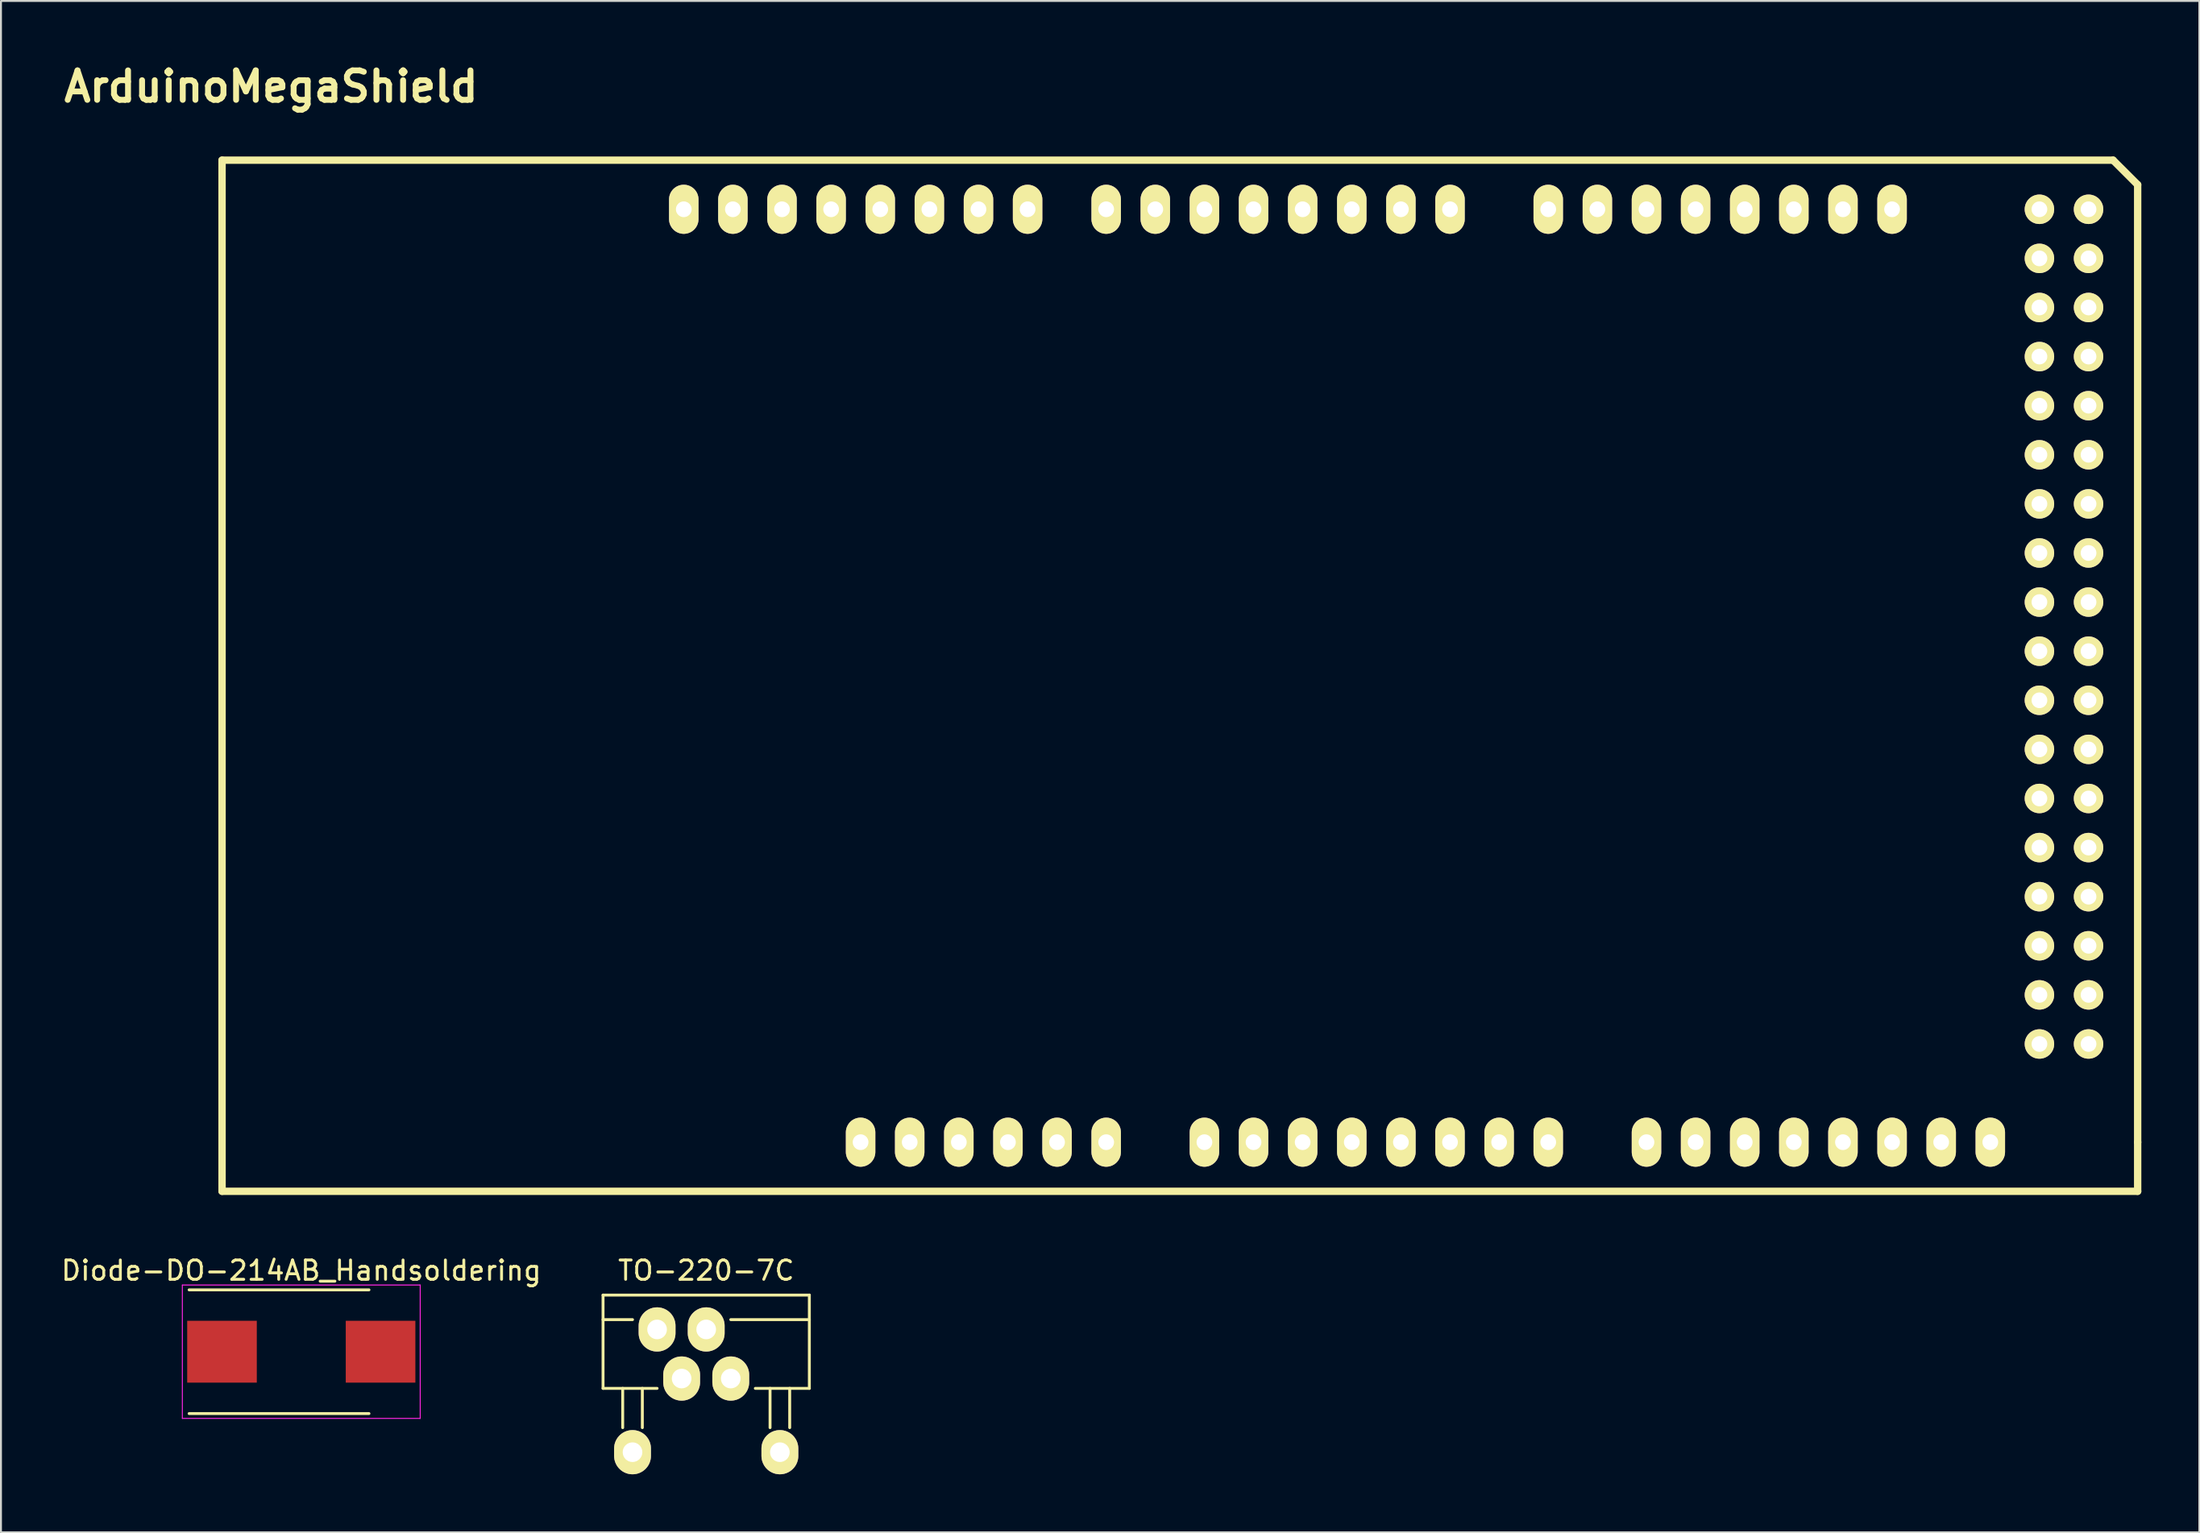
<source format=kicad_pcb>
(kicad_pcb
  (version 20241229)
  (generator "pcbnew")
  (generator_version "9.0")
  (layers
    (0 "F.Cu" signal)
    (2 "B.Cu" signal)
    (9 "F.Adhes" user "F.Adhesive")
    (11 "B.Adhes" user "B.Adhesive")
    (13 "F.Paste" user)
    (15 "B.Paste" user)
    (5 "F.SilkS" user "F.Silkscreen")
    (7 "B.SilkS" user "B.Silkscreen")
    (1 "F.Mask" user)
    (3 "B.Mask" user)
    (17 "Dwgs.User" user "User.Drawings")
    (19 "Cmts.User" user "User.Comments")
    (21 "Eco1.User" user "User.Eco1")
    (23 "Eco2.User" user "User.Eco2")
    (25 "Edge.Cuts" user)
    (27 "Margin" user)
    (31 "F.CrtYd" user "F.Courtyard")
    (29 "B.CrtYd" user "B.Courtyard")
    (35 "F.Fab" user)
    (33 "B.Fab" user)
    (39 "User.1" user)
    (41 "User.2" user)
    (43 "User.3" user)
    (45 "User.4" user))
  (footprint "TO-220-7C"
    (layer "F.Cu")
    (at 33.469 66.993)
    (property "Reference" "TO-220-7C" (at 0 -4.318 0) (layer "F.SilkS") (effects (font (size 1 1) (thickness 0.15))))
    (attr through_hole)
    (fp_line (start -5.334 -3.048) (end -5.334 1.778) (stroke (width 0.15) (type solid)) (layer "F.SilkS"))
    (fp_line (start -5.334 -1.778) (end -3.81 -1.778) (stroke (width 0.15) (type solid)) (layer "F.SilkS"))
    (fp_line (start -5.334 1.778) (end -2.54 1.778) (stroke (width 0.15) (type solid)) (layer "F.SilkS"))
    (fp_line (start -4.318 3.81) (end -4.318 1.778) (stroke (width 0.15) (type solid)) (layer "F.SilkS"))
    (fp_line (start -3.302 3.81) (end -3.302 1.778) (stroke (width 0.15) (type solid)) (layer "F.SilkS"))
    (fp_line (start 3.302 3.81) (end 3.302 1.778) (stroke (width 0.15) (type solid)) (layer "F.SilkS"))
    (fp_line (start 4.318 3.81) (end 4.318 1.778) (stroke (width 0.15) (type solid)) (layer "F.SilkS"))
    (fp_line (start 5.334 -3.048) (end -5.334 -3.048) (stroke (width 0.15) (type solid)) (layer "F.SilkS"))
    (fp_line (start 5.334 -3.048) (end 5.334 1.778) (stroke (width 0.15) (type solid)) (layer "F.SilkS"))
    (fp_line (start 5.334 -1.778) (end 1.27 -1.778) (stroke (width 0.15) (type solid)) (layer "F.SilkS"))
    (fp_line (start 5.334 1.778) (end 2.54 1.778) (stroke (width 0.15) (type solid)) (layer "F.SilkS"))
    (pad "1" thru_hole oval (at -3.81 5.08) (size 1.905 2.286) (drill 1.016) (layers "*.Cu" "*.Mask" "F.SilkS"))
    (pad "2" thru_hole oval (at -2.54 -1.27) (size 1.905 2.286) (drill 1.016) (layers "*.Cu" "*.Mask" "F.SilkS"))
    (pad "3" thru_hole oval (at -1.27 1.27) (size 1.905 2.286) (drill 1.016) (layers "*.Cu" "*.Mask" "F.SilkS"))
    (pad "4" thru_hole oval (at 0 -1.27) (size 1.905 2.286) (drill 1.016) (layers "*.Cu" "*.Mask" "F.SilkS"))
    (pad "6" thru_hole oval (at 1.27 1.27) (size 1.905 2.286) (drill 1.016) (layers "*.Cu" "*.Mask" "F.SilkS"))
    (pad "7" thru_hole oval (at 3.81 5.08) (size 1.905 2.286) (drill 1.016) (layers "*.Cu" "*.Mask" "F.SilkS")))
  (footprint "ArduinoMegaShield"
    (layer "F.Cu")
    (at 8.433 58.576)
    (property "Reference" "ArduinoMegaShield" (at 2.54 -57.15 0) (layer "F.SilkS") (effects (font (size 1.524 1.524) (thickness 0.305))))
    (attr through_hole)
    (fp_line (start 0 0) (end 0 -53.34) (stroke (width 0.381) (type solid)) (layer "F.SilkS"))
    (fp_line (start 97.79 -53.34) (end 0 -53.34) (stroke (width 0.381) (type solid)) (layer "F.SilkS"))
    (fp_line (start 99.06 -52.07) (end 97.79 -53.34) (stroke (width 0.381) (type solid)) (layer "F.SilkS"))
    (fp_line (start 99.06 -2.54) (end 99.06 -52.07) (stroke (width 0.381) (type solid)) (layer "F.SilkS"))
    (fp_line (start 99.06 -2.54) (end 99.06 0) (stroke (width 0.381) (type solid)) (layer "F.SilkS"))
    (fp_line (start 99.06 0) (end 0 0) (stroke (width 0.381) (type solid)) (layer "F.SilkS"))
    (pad "0" thru_hole oval (at 63.5 -50.8 90) (size 2.54 1.524) (drill 0.813) (layers "*.Cu" "*.Mask" "F.SilkS"))
    (pad "1" thru_hole oval (at 60.96 -50.8 90) (size 2.54 1.524) (drill 0.813) (layers "*.Cu" "*.Mask" "F.SilkS"))
    (pad "2" thru_hole oval (at 58.42 -50.8 90) (size 2.54 1.524) (drill 0.813) (layers "*.Cu" "*.Mask" "F.SilkS"))
    (pad "3" thru_hole oval (at 55.88 -50.8 90) (size 2.54 1.524) (drill 0.813) (layers "*.Cu" "*.Mask" "F.SilkS"))
    (pad "3V3" thru_hole oval (at 35.56 -2.54 90) (size 2.54 1.524) (drill 0.813) (layers "*.Cu" "*.Mask" "F.SilkS"))
    (pad "4" thru_hole oval (at 53.34 -50.8 90) (size 2.54 1.524) (drill 0.813) (layers "*.Cu" "*.Mask" "F.SilkS"))
    (pad "5" thru_hole oval (at 50.8 -50.8 90) (size 2.54 1.524) (drill 0.813) (layers "*.Cu" "*.Mask" "F.SilkS"))
    (pad "5V" thru_hole oval (at 38.1 -2.54 90) (size 2.54 1.524) (drill 0.813) (layers "*.Cu" "*.Mask" "F.SilkS"))
    (pad "5V_4" thru_hole circle (at 93.98 -50.8) (size 1.524 1.524) (drill 0.813) (layers "*.Cu" "*.Mask" "F.SilkS"))
    (pad "5V_5" thru_hole circle (at 96.52 -50.8) (size 1.524 1.524) (drill 0.813) (layers "*.Cu" "*.Mask" "F.SilkS"))
    (pad "6" thru_hole oval (at 48.26 -50.8 90) (size 2.54 1.524) (drill 0.813) (layers "*.Cu" "*.Mask" "F.SilkS"))
    (pad "7" thru_hole oval (at 45.72 -50.8 90) (size 2.54 1.524) (drill 0.813) (layers "*.Cu" "*.Mask" "F.SilkS"))
    (pad "8" thru_hole oval (at 41.656 -50.8 90) (size 2.54 1.524) (drill 0.813) (layers "*.Cu" "*.Mask" "F.SilkS"))
    (pad "9" thru_hole oval (at 39.116 -50.8 90) (size 2.54 1.524) (drill 0.813) (layers "*.Cu" "*.Mask" "F.SilkS"))
    (pad "10" thru_hole oval (at 36.576 -50.8 90) (size 2.54 1.524) (drill 0.813) (layers "*.Cu" "*.Mask" "F.SilkS"))
    (pad "11" thru_hole oval (at 34.036 -50.8 90) (size 2.54 1.524) (drill 0.813) (layers "*.Cu" "*.Mask" "F.SilkS"))
    (pad "12" thru_hole oval (at 31.496 -50.8 90) (size 2.54 1.524) (drill 0.813) (layers "*.Cu" "*.Mask" "F.SilkS"))
    (pad "13" thru_hole oval (at 28.956 -50.8 90) (size 2.54 1.524) (drill 0.813) (layers "*.Cu" "*.Mask" "F.SilkS"))
    (pad "14" thru_hole oval (at 68.58 -50.8 90) (size 2.54 1.524) (drill 0.813) (layers "*.Cu" "*.Mask" "F.SilkS"))
    (pad "15" thru_hole oval (at 71.12 -50.8 90) (size 2.54 1.524) (drill 0.813) (layers "*.Cu" "*.Mask" "F.SilkS"))
    (pad "16" thru_hole oval (at 73.66 -50.8 90) (size 2.54 1.524) (drill 0.813) (layers "*.Cu" "*.Mask" "F.SilkS"))
    (pad "17" thru_hole oval (at 76.2 -50.8 90) (size 2.54 1.524) (drill 0.813) (layers "*.Cu" "*.Mask" "F.SilkS"))
    (pad "18" thru_hole oval (at 78.74 -50.8 90) (size 2.54 1.524) (drill 0.813) (layers "*.Cu" "*.Mask" "F.SilkS"))
    (pad "19" thru_hole oval (at 81.28 -50.8 90) (size 2.54 1.524) (drill 0.813) (layers "*.Cu" "*.Mask" "F.SilkS"))
    (pad "20" thru_hole oval (at 83.82 -50.8 90) (size 2.54 1.524) (drill 0.813) (layers "*.Cu" "*.Mask" "F.SilkS"))
    (pad "21" thru_hole oval (at 86.36 -50.8 90) (size 2.54 1.524) (drill 0.813) (layers "*.Cu" "*.Mask" "F.SilkS"))
    (pad "22" thru_hole circle (at 93.98 -48.26) (size 1.524 1.524) (drill 0.813) (layers "*.Cu" "*.Mask" "F.SilkS"))
    (pad "23" thru_hole circle (at 96.52 -48.26) (size 1.524 1.524) (drill 0.813) (layers "*.Cu" "*.Mask" "F.SilkS"))
    (pad "24" thru_hole circle (at 93.98 -45.72) (size 1.524 1.524) (drill 0.813) (layers "*.Cu" "*.Mask" "F.SilkS"))
    (pad "25" thru_hole circle (at 96.52 -45.72) (size 1.524 1.524) (drill 0.813) (layers "*.Cu" "*.Mask" "F.SilkS"))
    (pad "26" thru_hole circle (at 93.98 -43.18) (size 1.524 1.524) (drill 0.813) (layers "*.Cu" "*.Mask" "F.SilkS"))
    (pad "27" thru_hole circle (at 96.52 -43.18) (size 1.524 1.524) (drill 0.813) (layers "*.Cu" "*.Mask" "F.SilkS"))
    (pad "28" thru_hole circle (at 93.98 -40.64) (size 1.524 1.524) (drill 0.813) (layers "*.Cu" "*.Mask" "F.SilkS"))
    (pad "29" thru_hole circle (at 96.52 -40.64) (size 1.524 1.524) (drill 0.813) (layers "*.Cu" "*.Mask" "F.SilkS"))
    (pad "30" thru_hole circle (at 93.98 -38.1) (size 1.524 1.524) (drill 0.813) (layers "*.Cu" "*.Mask" "F.SilkS"))
    (pad "31" thru_hole circle (at 96.52 -38.1) (size 1.524 1.524) (drill 0.813) (layers "*.Cu" "*.Mask" "F.SilkS"))
    (pad "32" thru_hole circle (at 93.98 -35.56) (size 1.524 1.524) (drill 0.813) (layers "*.Cu" "*.Mask" "F.SilkS"))
    (pad "33" thru_hole circle (at 96.52 -35.56) (size 1.524 1.524) (drill 0.813) (layers "*.Cu" "*.Mask" "F.SilkS"))
    (pad "34" thru_hole circle (at 93.98 -33.02) (size 1.524 1.524) (drill 0.813) (layers "*.Cu" "*.Mask" "F.SilkS"))
    (pad "35" thru_hole circle (at 96.52 -33.02) (size 1.524 1.524) (drill 0.813) (layers "*.Cu" "*.Mask" "F.SilkS"))
    (pad "36" thru_hole circle (at 93.98 -30.48) (size 1.524 1.524) (drill 0.813) (layers "*.Cu" "*.Mask" "F.SilkS"))
    (pad "37" thru_hole circle (at 96.52 -30.48) (size 1.524 1.524) (drill 0.813) (layers "*.Cu" "*.Mask" "F.SilkS"))
    (pad "38" thru_hole circle (at 93.98 -27.94) (size 1.524 1.524) (drill 0.813) (layers "*.Cu" "*.Mask" "F.SilkS"))
    (pad "39" thru_hole circle (at 96.52 -27.94) (size 1.524 1.524) (drill 0.813) (layers "*.Cu" "*.Mask" "F.SilkS"))
    (pad "40" thru_hole circle (at 93.98 -25.4) (size 1.524 1.524) (drill 0.813) (layers "*.Cu" "*.Mask" "F.SilkS"))
    (pad "41" thru_hole circle (at 96.52 -25.4) (size 1.524 1.524) (drill 0.813) (layers "*.Cu" "*.Mask" "F.SilkS"))
    (pad "42" thru_hole circle (at 93.98 -22.86) (size 1.524 1.524) (drill 0.813) (layers "*.Cu" "*.Mask" "F.SilkS"))
    (pad "43" thru_hole circle (at 96.52 -22.86) (size 1.524 1.524) (drill 0.813) (layers "*.Cu" "*.Mask" "F.SilkS"))
    (pad "44" thru_hole circle (at 93.98 -20.32) (size 1.524 1.524) (drill 0.813) (layers "*.Cu" "*.Mask" "F.SilkS"))
    (pad "45" thru_hole circle (at 96.52 -20.32) (size 1.524 1.524) (drill 0.813) (layers "*.Cu" "*.Mask" "F.SilkS"))
    (pad "46" thru_hole circle (at 93.98 -17.78) (size 1.524 1.524) (drill 0.813) (layers "*.Cu" "*.Mask" "F.SilkS"))
    (pad "47" thru_hole circle (at 96.52 -17.78) (size 1.524 1.524) (drill 0.813) (layers "*.Cu" "*.Mask" "F.SilkS"))
    (pad "48" thru_hole circle (at 93.98 -15.24) (size 1.524 1.524) (drill 0.813) (layers "*.Cu" "*.Mask" "F.SilkS"))
    (pad "49" thru_hole circle (at 96.52 -15.24) (size 1.524 1.524) (drill 0.813) (layers "*.Cu" "*.Mask" "F.SilkS"))
    (pad "50" thru_hole circle (at 93.98 -12.7) (size 1.524 1.524) (drill 0.813) (layers "*.Cu" "*.Mask" "F.SilkS"))
    (pad "51" thru_hole circle (at 96.52 -12.7) (size 1.524 1.524) (drill 0.813) (layers "*.Cu" "*.Mask" "F.SilkS"))
    (pad "52" thru_hole circle (at 93.98 -10.16) (size 1.524 1.524) (drill 0.813) (layers "*.Cu" "*.Mask" "F.SilkS"))
    (pad "53" thru_hole circle (at 96.52 -10.16) (size 1.524 1.524) (drill 0.813) (layers "*.Cu" "*.Mask" "F.SilkS"))
    (pad "AD0" thru_hole oval (at 50.8 -2.54 90) (size 2.54 1.524) (drill 0.813) (layers "*.Cu" "*.Mask" "F.SilkS"))
    (pad "AD1" thru_hole oval (at 53.34 -2.54 90) (size 2.54 1.524) (drill 0.813) (layers "*.Cu" "*.Mask" "F.SilkS"))
    (pad "AD2" thru_hole oval (at 55.88 -2.54 90) (size 2.54 1.524) (drill 0.813) (layers "*.Cu" "*.Mask" "F.SilkS"))
    (pad "AD3" thru_hole oval (at 58.42 -2.54 90) (size 2.54 1.524) (drill 0.813) (layers "*.Cu" "*.Mask" "F.SilkS"))
    (pad "AD4" thru_hole oval (at 60.96 -2.54 90) (size 2.54 1.524) (drill 0.813) (layers "*.Cu" "*.Mask" "F.SilkS"))
    (pad "AD5" thru_hole oval (at 63.5 -2.54 90) (size 2.54 1.524) (drill 0.813) (layers "*.Cu" "*.Mask" "F.SilkS"))
    (pad "AD6" thru_hole oval (at 66.04 -2.54 90) (size 2.54 1.524) (drill 0.813) (layers "*.Cu" "*.Mask" "F.SilkS"))
    (pad "AD7" thru_hole oval (at 68.58 -2.54 90) (size 2.54 1.524) (drill 0.813) (layers "*.Cu" "*.Mask" "F.SilkS"))
    (pad "AD8" thru_hole oval (at 73.66 -2.54 90) (size 2.54 1.524) (drill 0.813) (layers "*.Cu" "*.Mask" "F.SilkS"))
    (pad "AD9" thru_hole oval (at 76.2 -2.54 90) (size 2.54 1.524) (drill 0.813) (layers "*.Cu" "*.Mask" "F.SilkS"))
    (pad "AD10" thru_hole oval (at 78.74 -2.54 90) (size 2.54 1.524) (drill 0.813) (layers "*.Cu" "*.Mask" "F.SilkS"))
    (pad "AD11" thru_hole oval (at 81.28 -2.54 90) (size 2.54 1.524) (drill 0.813) (layers "*.Cu" "*.Mask" "F.SilkS"))
    (pad "AD12" thru_hole oval (at 83.82 -2.54 90) (size 2.54 1.524) (drill 0.813) (layers "*.Cu" "*.Mask" "F.SilkS"))
    (pad "AD13" thru_hole oval (at 86.36 -2.54 90) (size 2.54 1.524) (drill 0.813) (layers "*.Cu" "*.Mask" "F.SilkS"))
    (pad "AD14" thru_hole oval (at 88.9 -2.54 90) (size 2.54 1.524) (drill 0.813) (layers "*.Cu" "*.Mask" "F.SilkS"))
    (pad "AD15" thru_hole oval (at 91.44 -2.54 90) (size 2.54 1.524) (drill 0.813) (layers "*.Cu" "*.Mask" "F.SilkS"))
    (pad "AREF" thru_hole oval (at 23.876 -50.8 90) (size 2.54 1.524) (drill 0.813) (layers "*.Cu" "*.Mask" "F.SilkS"))
    (pad "GND1" thru_hole oval (at 40.64 -2.54 90) (size 2.54 1.524) (drill 0.813) (layers "*.Cu" "*.Mask" "F.SilkS"))
    (pad "GND2" thru_hole oval (at 43.18 -2.54 90) (size 2.54 1.524) (drill 0.813) (layers "*.Cu" "*.Mask" "F.SilkS"))
    (pad "GND3" thru_hole oval (at 26.416 -50.8 90) (size 2.54 1.524) (drill 0.813) (layers "*.Cu" "*.Mask" "F.SilkS"))
    (pad "GND4" thru_hole circle (at 93.98 -7.62) (size 1.524 1.524) (drill 0.813) (layers "*.Cu" "*.Mask" "F.SilkS"))
    (pad "GND5" thru_hole circle (at 96.52 -7.62) (size 1.524 1.524) (drill 0.813) (layers "*.Cu" "*.Mask" "F.SilkS"))
    (pad "RST" thru_hole oval (at 33.02 -2.54 90) (size 2.54 1.524) (drill 0.813) (layers "*.Cu" "*.Mask" "F.SilkS"))
    (pad "V_IN" thru_hole oval (at 45.72 -2.54 90) (size 2.54 1.524) (drill 0.813) (layers "*.Cu" "*.Mask" "F.SilkS")))
  (footprint "Diode-DO-214AB_Handsoldering"
    (layer "F.Cu")
    (at 12.53 66.875)
    (property "Reference" "Diode-DO-214AB_Handsoldering" (at 0 -4.2 0) (layer "F.SilkS") (effects (font (size 1 1) (thickness 0.15))))
    (attr through_hole)
    (fp_line (start -5.8 -3.2) (end 3.5 -3.2) (stroke (width 0.15) (type solid)) (layer "F.SilkS"))
    (fp_line (start 3.5 3.2) (end -5.8 3.2) (stroke (width 0.15) (type solid)) (layer "F.SilkS"))
    (fp_line (start -6.15 -3.45) (end 6.15 -3.45) (stroke (width 0.05) (type solid)) (layer "F.CrtYd"))
    (fp_line (start -6.15 3.45) (end -6.15 -3.45) (stroke (width 0.05) (type solid)) (layer "F.CrtYd"))
    (fp_line (start 6.15 -3.45) (end 6.15 3.45) (stroke (width 0.05) (type solid)) (layer "F.CrtYd"))
    (fp_line (start 6.15 3.45) (end -6.15 3.45) (stroke (width 0.05) (type solid)) (layer "F.CrtYd"))
    (pad "1" smd rect (at -4.1 0) (size 3.6 3.2) (layers "F.Cu" "F.Mask" "F.Paste"))
    (pad "2" smd rect (at 4.1 0) (size 3.6 3.2) (layers "F.Cu" "F.Mask" "F.Paste")))
  (gr_rect
    (start -3 -3)
    (end 110.683 76.216)
    (stroke (width 0.1) (type default))
    (fill no)
    (layer "Edge.Cuts")))
</source>
